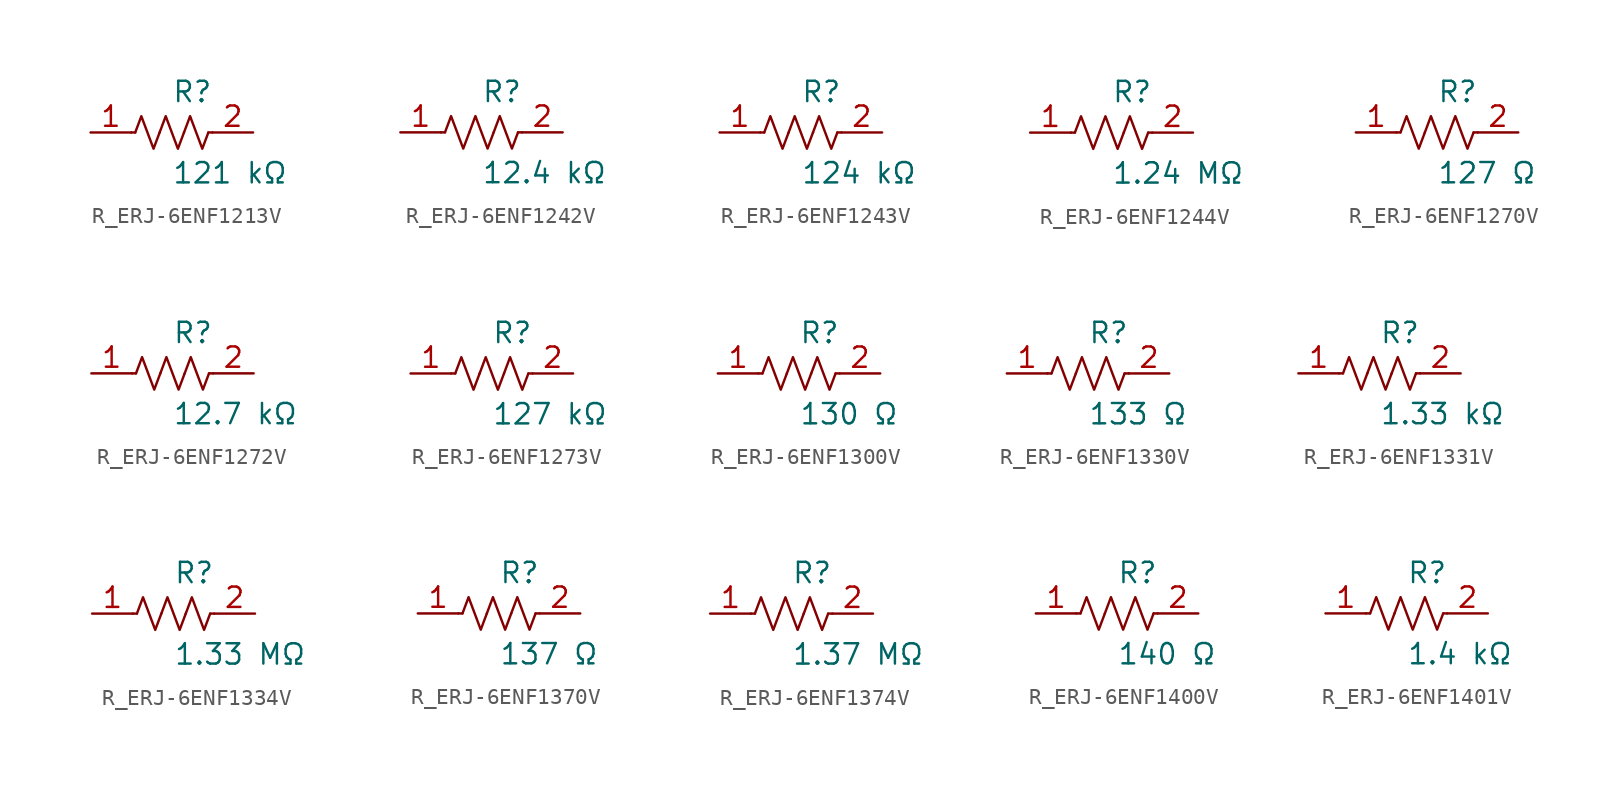
<source format=kicad_sym>
(kicad_symbol_lib
  (version 20231120)
  (generator kicad_symbol_editor)
  (generator_version 8.0)
  (symbol "R_ERJ-6ENF1213V"
    (pin_names
      (offset 0.254))
    (property "Reference" "R"
      (at 0.0 2.54 0)
      (effects (font (size 1.27 1.27)) (justify left)))
    (property "Value" "121 kΩ"
      (at 0.0 -2.54 0)
      (effects (font (size 1.27 1.27)) (justify left)))
    (symbol "R_ERJ-6ENF1213V_0_1"
      (polyline (pts (xy 2.286 0) (xy 2.54 0)) (stroke (width 0) (type default)) (fill (type none)))
      (polyline (pts (xy -2.286 0) (xy -2.54 0)) (stroke (width 0) (type default)) (fill (type none)))
      (polyline (pts (xy 0.762 0) (xy 1.143 1.016) (xy 1.524 0) (xy 1.905 -1.016) (xy 2.286 0)) (stroke (width 0) (type default)) (fill (type none)))
      (polyline (pts (xy -0.762 0) (xy -0.381 1.016) (xy 0 0) (xy 0.381 -1.016) (xy 0.762 0)) (stroke (width 0) (type default)) (fill (type none)))
      (polyline (pts (xy -2.286 0) (xy -1.905 1.016) (xy -1.524 0) (xy -1.143 -1.016) (xy -0.762 0)) (stroke (width 0) (type default)) (fill (type none))))
    (pin unspecified line
      (at -5.08 0 0)
      (length 2.54)
      (name "" (effects (font (size 1.27 1.27))))
      (number "1" (effects (font (size 1.27 1.27)))))
    (pin unspecified line
      (at 5.08 0 180)
      (length 2.54)
      (name "" (effects (font (size 1.27 1.27))))
      (number "2" (effects (font (size 1.27 1.27))))))
  (symbol "R_ERJ-6ENF1242V"
    (pin_names
      (offset 0.254))
    (property "Reference" "R"
      (at 0.0 2.54 0)
      (effects (font (size 1.27 1.27)) (justify left)))
    (property "Value" "12.4 kΩ"
      (at 0.0 -2.54 0)
      (effects (font (size 1.27 1.27)) (justify left)))
    (symbol "R_ERJ-6ENF1242V_0_1"
      (polyline (pts (xy 2.286 0) (xy 2.54 0)) (stroke (width 0) (type default)) (fill (type none)))
      (polyline (pts (xy -2.286 0) (xy -2.54 0)) (stroke (width 0) (type default)) (fill (type none)))
      (polyline (pts (xy 0.762 0) (xy 1.143 1.016) (xy 1.524 0) (xy 1.905 -1.016) (xy 2.286 0)) (stroke (width 0) (type default)) (fill (type none)))
      (polyline (pts (xy -0.762 0) (xy -0.381 1.016) (xy 0 0) (xy 0.381 -1.016) (xy 0.762 0)) (stroke (width 0) (type default)) (fill (type none)))
      (polyline (pts (xy -2.286 0) (xy -1.905 1.016) (xy -1.524 0) (xy -1.143 -1.016) (xy -0.762 0)) (stroke (width 0) (type default)) (fill (type none))))
    (pin unspecified line
      (at -5.08 0 0)
      (length 2.54)
      (name "" (effects (font (size 1.27 1.27))))
      (number "1" (effects (font (size 1.27 1.27)))))
    (pin unspecified line
      (at 5.08 0 180)
      (length 2.54)
      (name "" (effects (font (size 1.27 1.27))))
      (number "2" (effects (font (size 1.27 1.27))))))
  (symbol "R_ERJ-6ENF1243V"
    (pin_names
      (offset 0.254))
    (property "Reference" "R"
      (at 0.0 2.54 0)
      (effects (font (size 1.27 1.27)) (justify left)))
    (property "Value" "124 kΩ"
      (at 0.0 -2.54 0)
      (effects (font (size 1.27 1.27)) (justify left)))
    (symbol "R_ERJ-6ENF1243V_0_1"
      (polyline (pts (xy 2.286 0) (xy 2.54 0)) (stroke (width 0) (type default)) (fill (type none)))
      (polyline (pts (xy -2.286 0) (xy -2.54 0)) (stroke (width 0) (type default)) (fill (type none)))
      (polyline (pts (xy 0.762 0) (xy 1.143 1.016) (xy 1.524 0) (xy 1.905 -1.016) (xy 2.286 0)) (stroke (width 0) (type default)) (fill (type none)))
      (polyline (pts (xy -0.762 0) (xy -0.381 1.016) (xy 0 0) (xy 0.381 -1.016) (xy 0.762 0)) (stroke (width 0) (type default)) (fill (type none)))
      (polyline (pts (xy -2.286 0) (xy -1.905 1.016) (xy -1.524 0) (xy -1.143 -1.016) (xy -0.762 0)) (stroke (width 0) (type default)) (fill (type none))))
    (pin unspecified line
      (at -5.08 0 0)
      (length 2.54)
      (name "" (effects (font (size 1.27 1.27))))
      (number "1" (effects (font (size 1.27 1.27)))))
    (pin unspecified line
      (at 5.08 0 180)
      (length 2.54)
      (name "" (effects (font (size 1.27 1.27))))
      (number "2" (effects (font (size 1.27 1.27))))))
  (symbol "R_ERJ-6ENF1244V"
    (pin_names
      (offset 0.254))
    (property "Reference" "R"
      (at 0.0 2.54 0)
      (effects (font (size 1.27 1.27)) (justify left)))
    (property "Value" "1.24 MΩ"
      (at 0.0 -2.54 0)
      (effects (font (size 1.27 1.27)) (justify left)))
    (symbol "R_ERJ-6ENF1244V_0_1"
      (polyline (pts (xy 2.286 0) (xy 2.54 0)) (stroke (width 0) (type default)) (fill (type none)))
      (polyline (pts (xy -2.286 0) (xy -2.54 0)) (stroke (width 0) (type default)) (fill (type none)))
      (polyline (pts (xy 0.762 0) (xy 1.143 1.016) (xy 1.524 0) (xy 1.905 -1.016) (xy 2.286 0)) (stroke (width 0) (type default)) (fill (type none)))
      (polyline (pts (xy -0.762 0) (xy -0.381 1.016) (xy 0 0) (xy 0.381 -1.016) (xy 0.762 0)) (stroke (width 0) (type default)) (fill (type none)))
      (polyline (pts (xy -2.286 0) (xy -1.905 1.016) (xy -1.524 0) (xy -1.143 -1.016) (xy -0.762 0)) (stroke (width 0) (type default)) (fill (type none))))
    (pin unspecified line
      (at -5.08 0 0)
      (length 2.54)
      (name "" (effects (font (size 1.27 1.27))))
      (number "1" (effects (font (size 1.27 1.27)))))
    (pin unspecified line
      (at 5.08 0 180)
      (length 2.54)
      (name "" (effects (font (size 1.27 1.27))))
      (number "2" (effects (font (size 1.27 1.27))))))
  (symbol "R_ERJ-6ENF1270V"
    (pin_names
      (offset 0.254))
    (property "Reference" "R"
      (at 0.0 2.54 0)
      (effects (font (size 1.27 1.27)) (justify left)))
    (property "Value" "127 Ω"
      (at 0.0 -2.54 0)
      (effects (font (size 1.27 1.27)) (justify left)))
    (symbol "R_ERJ-6ENF1270V_0_1"
      (polyline (pts (xy 2.286 0) (xy 2.54 0)) (stroke (width 0) (type default)) (fill (type none)))
      (polyline (pts (xy -2.286 0) (xy -2.54 0)) (stroke (width 0) (type default)) (fill (type none)))
      (polyline (pts (xy 0.762 0) (xy 1.143 1.016) (xy 1.524 0) (xy 1.905 -1.016) (xy 2.286 0)) (stroke (width 0) (type default)) (fill (type none)))
      (polyline (pts (xy -0.762 0) (xy -0.381 1.016) (xy 0 0) (xy 0.381 -1.016) (xy 0.762 0)) (stroke (width 0) (type default)) (fill (type none)))
      (polyline (pts (xy -2.286 0) (xy -1.905 1.016) (xy -1.524 0) (xy -1.143 -1.016) (xy -0.762 0)) (stroke (width 0) (type default)) (fill (type none))))
    (pin unspecified line
      (at -5.08 0 0)
      (length 2.54)
      (name "" (effects (font (size 1.27 1.27))))
      (number "1" (effects (font (size 1.27 1.27)))))
    (pin unspecified line
      (at 5.08 0 180)
      (length 2.54)
      (name "" (effects (font (size 1.27 1.27))))
      (number "2" (effects (font (size 1.27 1.27))))))
  (symbol "R_ERJ-6ENF1272V"
    (pin_names
      (offset 0.254))
    (property "Reference" "R"
      (at 0.0 2.54 0)
      (effects (font (size 1.27 1.27)) (justify left)))
    (property "Value" "12.7 kΩ"
      (at 0.0 -2.54 0)
      (effects (font (size 1.27 1.27)) (justify left)))
    (symbol "R_ERJ-6ENF1272V_0_1"
      (polyline (pts (xy 2.286 0) (xy 2.54 0)) (stroke (width 0) (type default)) (fill (type none)))
      (polyline (pts (xy -2.286 0) (xy -2.54 0)) (stroke (width 0) (type default)) (fill (type none)))
      (polyline (pts (xy 0.762 0) (xy 1.143 1.016) (xy 1.524 0) (xy 1.905 -1.016) (xy 2.286 0)) (stroke (width 0) (type default)) (fill (type none)))
      (polyline (pts (xy -0.762 0) (xy -0.381 1.016) (xy 0 0) (xy 0.381 -1.016) (xy 0.762 0)) (stroke (width 0) (type default)) (fill (type none)))
      (polyline (pts (xy -2.286 0) (xy -1.905 1.016) (xy -1.524 0) (xy -1.143 -1.016) (xy -0.762 0)) (stroke (width 0) (type default)) (fill (type none))))
    (pin unspecified line
      (at -5.08 0 0)
      (length 2.54)
      (name "" (effects (font (size 1.27 1.27))))
      (number "1" (effects (font (size 1.27 1.27)))))
    (pin unspecified line
      (at 5.08 0 180)
      (length 2.54)
      (name "" (effects (font (size 1.27 1.27))))
      (number "2" (effects (font (size 1.27 1.27))))))
  (symbol "R_ERJ-6ENF1273V"
    (pin_names
      (offset 0.254))
    (property "Reference" "R"
      (at 0.0 2.54 0)
      (effects (font (size 1.27 1.27)) (justify left)))
    (property "Value" "127 kΩ"
      (at 0.0 -2.54 0)
      (effects (font (size 1.27 1.27)) (justify left)))
    (symbol "R_ERJ-6ENF1273V_0_1"
      (polyline (pts (xy 2.286 0) (xy 2.54 0)) (stroke (width 0) (type default)) (fill (type none)))
      (polyline (pts (xy -2.286 0) (xy -2.54 0)) (stroke (width 0) (type default)) (fill (type none)))
      (polyline (pts (xy 0.762 0) (xy 1.143 1.016) (xy 1.524 0) (xy 1.905 -1.016) (xy 2.286 0)) (stroke (width 0) (type default)) (fill (type none)))
      (polyline (pts (xy -0.762 0) (xy -0.381 1.016) (xy 0 0) (xy 0.381 -1.016) (xy 0.762 0)) (stroke (width 0) (type default)) (fill (type none)))
      (polyline (pts (xy -2.286 0) (xy -1.905 1.016) (xy -1.524 0) (xy -1.143 -1.016) (xy -0.762 0)) (stroke (width 0) (type default)) (fill (type none))))
    (pin unspecified line
      (at -5.08 0 0)
      (length 2.54)
      (name "" (effects (font (size 1.27 1.27))))
      (number "1" (effects (font (size 1.27 1.27)))))
    (pin unspecified line
      (at 5.08 0 180)
      (length 2.54)
      (name "" (effects (font (size 1.27 1.27))))
      (number "2" (effects (font (size 1.27 1.27))))))
  (symbol "R_ERJ-6ENF1300V"
    (pin_names
      (offset 0.254))
    (property "Reference" "R"
      (at 0.0 2.54 0)
      (effects (font (size 1.27 1.27)) (justify left)))
    (property "Value" "130 Ω"
      (at 0.0 -2.54 0)
      (effects (font (size 1.27 1.27)) (justify left)))
    (symbol "R_ERJ-6ENF1300V_0_1"
      (polyline (pts (xy 2.286 0) (xy 2.54 0)) (stroke (width 0) (type default)) (fill (type none)))
      (polyline (pts (xy -2.286 0) (xy -2.54 0)) (stroke (width 0) (type default)) (fill (type none)))
      (polyline (pts (xy 0.762 0) (xy 1.143 1.016) (xy 1.524 0) (xy 1.905 -1.016) (xy 2.286 0)) (stroke (width 0) (type default)) (fill (type none)))
      (polyline (pts (xy -0.762 0) (xy -0.381 1.016) (xy 0 0) (xy 0.381 -1.016) (xy 0.762 0)) (stroke (width 0) (type default)) (fill (type none)))
      (polyline (pts (xy -2.286 0) (xy -1.905 1.016) (xy -1.524 0) (xy -1.143 -1.016) (xy -0.762 0)) (stroke (width 0) (type default)) (fill (type none))))
    (pin unspecified line
      (at -5.08 0 0)
      (length 2.54)
      (name "" (effects (font (size 1.27 1.27))))
      (number "1" (effects (font (size 1.27 1.27)))))
    (pin unspecified line
      (at 5.08 0 180)
      (length 2.54)
      (name "" (effects (font (size 1.27 1.27))))
      (number "2" (effects (font (size 1.27 1.27))))))
  (symbol "R_ERJ-6ENF1330V"
    (pin_names
      (offset 0.254))
    (property "Reference" "R"
      (at 0.0 2.54 0)
      (effects (font (size 1.27 1.27)) (justify left)))
    (property "Value" "133 Ω"
      (at 0.0 -2.54 0)
      (effects (font (size 1.27 1.27)) (justify left)))
    (symbol "R_ERJ-6ENF1330V_0_1"
      (polyline (pts (xy 2.286 0) (xy 2.54 0)) (stroke (width 0) (type default)) (fill (type none)))
      (polyline (pts (xy -2.286 0) (xy -2.54 0)) (stroke (width 0) (type default)) (fill (type none)))
      (polyline (pts (xy 0.762 0) (xy 1.143 1.016) (xy 1.524 0) (xy 1.905 -1.016) (xy 2.286 0)) (stroke (width 0) (type default)) (fill (type none)))
      (polyline (pts (xy -0.762 0) (xy -0.381 1.016) (xy 0 0) (xy 0.381 -1.016) (xy 0.762 0)) (stroke (width 0) (type default)) (fill (type none)))
      (polyline (pts (xy -2.286 0) (xy -1.905 1.016) (xy -1.524 0) (xy -1.143 -1.016) (xy -0.762 0)) (stroke (width 0) (type default)) (fill (type none))))
    (pin unspecified line
      (at -5.08 0 0)
      (length 2.54)
      (name "" (effects (font (size 1.27 1.27))))
      (number "1" (effects (font (size 1.27 1.27)))))
    (pin unspecified line
      (at 5.08 0 180)
      (length 2.54)
      (name "" (effects (font (size 1.27 1.27))))
      (number "2" (effects (font (size 1.27 1.27))))))
  (symbol "R_ERJ-6ENF1331V"
    (pin_names
      (offset 0.254))
    (property "Reference" "R"
      (at 0.0 2.54 0)
      (effects (font (size 1.27 1.27)) (justify left)))
    (property "Value" "1.33 kΩ"
      (at 0.0 -2.54 0)
      (effects (font (size 1.27 1.27)) (justify left)))
    (symbol "R_ERJ-6ENF1331V_0_1"
      (polyline (pts (xy 2.286 0) (xy 2.54 0)) (stroke (width 0) (type default)) (fill (type none)))
      (polyline (pts (xy -2.286 0) (xy -2.54 0)) (stroke (width 0) (type default)) (fill (type none)))
      (polyline (pts (xy 0.762 0) (xy 1.143 1.016) (xy 1.524 0) (xy 1.905 -1.016) (xy 2.286 0)) (stroke (width 0) (type default)) (fill (type none)))
      (polyline (pts (xy -0.762 0) (xy -0.381 1.016) (xy 0 0) (xy 0.381 -1.016) (xy 0.762 0)) (stroke (width 0) (type default)) (fill (type none)))
      (polyline (pts (xy -2.286 0) (xy -1.905 1.016) (xy -1.524 0) (xy -1.143 -1.016) (xy -0.762 0)) (stroke (width 0) (type default)) (fill (type none))))
    (pin unspecified line
      (at -5.08 0 0)
      (length 2.54)
      (name "" (effects (font (size 1.27 1.27))))
      (number "1" (effects (font (size 1.27 1.27)))))
    (pin unspecified line
      (at 5.08 0 180)
      (length 2.54)
      (name "" (effects (font (size 1.27 1.27))))
      (number "2" (effects (font (size 1.27 1.27))))))
  (symbol "R_ERJ-6ENF1334V"
    (pin_names
      (offset 0.254))
    (property "Reference" "R"
      (at 0.0 2.54 0)
      (effects (font (size 1.27 1.27)) (justify left)))
    (property "Value" "1.33 MΩ"
      (at 0.0 -2.54 0)
      (effects (font (size 1.27 1.27)) (justify left)))
    (symbol "R_ERJ-6ENF1334V_0_1"
      (polyline (pts (xy 2.286 0) (xy 2.54 0)) (stroke (width 0) (type default)) (fill (type none)))
      (polyline (pts (xy -2.286 0) (xy -2.54 0)) (stroke (width 0) (type default)) (fill (type none)))
      (polyline (pts (xy 0.762 0) (xy 1.143 1.016) (xy 1.524 0) (xy 1.905 -1.016) (xy 2.286 0)) (stroke (width 0) (type default)) (fill (type none)))
      (polyline (pts (xy -0.762 0) (xy -0.381 1.016) (xy 0 0) (xy 0.381 -1.016) (xy 0.762 0)) (stroke (width 0) (type default)) (fill (type none)))
      (polyline (pts (xy -2.286 0) (xy -1.905 1.016) (xy -1.524 0) (xy -1.143 -1.016) (xy -0.762 0)) (stroke (width 0) (type default)) (fill (type none))))
    (pin unspecified line
      (at -5.08 0 0)
      (length 2.54)
      (name "" (effects (font (size 1.27 1.27))))
      (number "1" (effects (font (size 1.27 1.27)))))
    (pin unspecified line
      (at 5.08 0 180)
      (length 2.54)
      (name "" (effects (font (size 1.27 1.27))))
      (number "2" (effects (font (size 1.27 1.27))))))
  (symbol "R_ERJ-6ENF1370V"
    (pin_names
      (offset 0.254))
    (property "Reference" "R"
      (at 0.0 2.54 0)
      (effects (font (size 1.27 1.27)) (justify left)))
    (property "Value" "137 Ω"
      (at 0.0 -2.54 0)
      (effects (font (size 1.27 1.27)) (justify left)))
    (symbol "R_ERJ-6ENF1370V_0_1"
      (polyline (pts (xy 2.286 0) (xy 2.54 0)) (stroke (width 0) (type default)) (fill (type none)))
      (polyline (pts (xy -2.286 0) (xy -2.54 0)) (stroke (width 0) (type default)) (fill (type none)))
      (polyline (pts (xy 0.762 0) (xy 1.143 1.016) (xy 1.524 0) (xy 1.905 -1.016) (xy 2.286 0)) (stroke (width 0) (type default)) (fill (type none)))
      (polyline (pts (xy -0.762 0) (xy -0.381 1.016) (xy 0 0) (xy 0.381 -1.016) (xy 0.762 0)) (stroke (width 0) (type default)) (fill (type none)))
      (polyline (pts (xy -2.286 0) (xy -1.905 1.016) (xy -1.524 0) (xy -1.143 -1.016) (xy -0.762 0)) (stroke (width 0) (type default)) (fill (type none))))
    (pin unspecified line
      (at -5.08 0 0)
      (length 2.54)
      (name "" (effects (font (size 1.27 1.27))))
      (number "1" (effects (font (size 1.27 1.27)))))
    (pin unspecified line
      (at 5.08 0 180)
      (length 2.54)
      (name "" (effects (font (size 1.27 1.27))))
      (number "2" (effects (font (size 1.27 1.27))))))
  (symbol "R_ERJ-6ENF1374V"
    (pin_names
      (offset 0.254))
    (property "Reference" "R"
      (at 0.0 2.54 0)
      (effects (font (size 1.27 1.27)) (justify left)))
    (property "Value" "1.37 MΩ"
      (at 0.0 -2.54 0)
      (effects (font (size 1.27 1.27)) (justify left)))
    (symbol "R_ERJ-6ENF1374V_0_1"
      (polyline (pts (xy 2.286 0) (xy 2.54 0)) (stroke (width 0) (type default)) (fill (type none)))
      (polyline (pts (xy -2.286 0) (xy -2.54 0)) (stroke (width 0) (type default)) (fill (type none)))
      (polyline (pts (xy 0.762 0) (xy 1.143 1.016) (xy 1.524 0) (xy 1.905 -1.016) (xy 2.286 0)) (stroke (width 0) (type default)) (fill (type none)))
      (polyline (pts (xy -0.762 0) (xy -0.381 1.016) (xy 0 0) (xy 0.381 -1.016) (xy 0.762 0)) (stroke (width 0) (type default)) (fill (type none)))
      (polyline (pts (xy -2.286 0) (xy -1.905 1.016) (xy -1.524 0) (xy -1.143 -1.016) (xy -0.762 0)) (stroke (width 0) (type default)) (fill (type none))))
    (pin unspecified line
      (at -5.08 0 0)
      (length 2.54)
      (name "" (effects (font (size 1.27 1.27))))
      (number "1" (effects (font (size 1.27 1.27)))))
    (pin unspecified line
      (at 5.08 0 180)
      (length 2.54)
      (name "" (effects (font (size 1.27 1.27))))
      (number "2" (effects (font (size 1.27 1.27))))))
  (symbol "R_ERJ-6ENF1400V"
    (pin_names
      (offset 0.254))
    (property "Reference" "R"
      (at 0.0 2.54 0)
      (effects (font (size 1.27 1.27)) (justify left)))
    (property "Value" "140 Ω"
      (at 0.0 -2.54 0)
      (effects (font (size 1.27 1.27)) (justify left)))
    (symbol "R_ERJ-6ENF1400V_0_1"
      (polyline (pts (xy 2.286 0) (xy 2.54 0)) (stroke (width 0) (type default)) (fill (type none)))
      (polyline (pts (xy -2.286 0) (xy -2.54 0)) (stroke (width 0) (type default)) (fill (type none)))
      (polyline (pts (xy 0.762 0) (xy 1.143 1.016) (xy 1.524 0) (xy 1.905 -1.016) (xy 2.286 0)) (stroke (width 0) (type default)) (fill (type none)))
      (polyline (pts (xy -0.762 0) (xy -0.381 1.016) (xy 0 0) (xy 0.381 -1.016) (xy 0.762 0)) (stroke (width 0) (type default)) (fill (type none)))
      (polyline (pts (xy -2.286 0) (xy -1.905 1.016) (xy -1.524 0) (xy -1.143 -1.016) (xy -0.762 0)) (stroke (width 0) (type default)) (fill (type none))))
    (pin unspecified line
      (at -5.08 0 0)
      (length 2.54)
      (name "" (effects (font (size 1.27 1.27))))
      (number "1" (effects (font (size 1.27 1.27)))))
    (pin unspecified line
      (at 5.08 0 180)
      (length 2.54)
      (name "" (effects (font (size 1.27 1.27))))
      (number "2" (effects (font (size 1.27 1.27))))))
  (symbol "R_ERJ-6ENF1401V"
    (pin_names
      (offset 0.254))
    (property "Reference" "R"
      (at 0.0 2.54 0)
      (effects (font (size 1.27 1.27)) (justify left)))
    (property "Value" "1.4 kΩ"
      (at 0.0 -2.54 0)
      (effects (font (size 1.27 1.27)) (justify left)))
    (symbol "R_ERJ-6ENF1401V_0_1"
      (polyline (pts (xy 2.286 0) (xy 2.54 0)) (stroke (width 0) (type default)) (fill (type none)))
      (polyline (pts (xy -2.286 0) (xy -2.54 0)) (stroke (width 0) (type default)) (fill (type none)))
      (polyline (pts (xy 0.762 0) (xy 1.143 1.016) (xy 1.524 0) (xy 1.905 -1.016) (xy 2.286 0)) (stroke (width 0) (type default)) (fill (type none)))
      (polyline (pts (xy -0.762 0) (xy -0.381 1.016) (xy 0 0) (xy 0.381 -1.016) (xy 0.762 0)) (stroke (width 0) (type default)) (fill (type none)))
      (polyline (pts (xy -2.286 0) (xy -1.905 1.016) (xy -1.524 0) (xy -1.143 -1.016) (xy -0.762 0)) (stroke (width 0) (type default)) (fill (type none))))
    (pin unspecified line
      (at -5.08 0 0)
      (length 2.54)
      (name "" (effects (font (size 1.27 1.27))))
      (number "1" (effects (font (size 1.27 1.27)))))
    (pin unspecified line
      (at 5.08 0 180)
      (length 2.54)
      (name "" (effects (font (size 1.27 1.27))))
      (number "2" (effects (font (size 1.27 1.27)))))))
</source>
